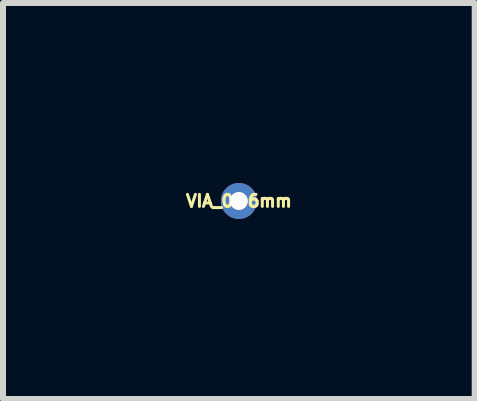
<source format=kicad_pcb>
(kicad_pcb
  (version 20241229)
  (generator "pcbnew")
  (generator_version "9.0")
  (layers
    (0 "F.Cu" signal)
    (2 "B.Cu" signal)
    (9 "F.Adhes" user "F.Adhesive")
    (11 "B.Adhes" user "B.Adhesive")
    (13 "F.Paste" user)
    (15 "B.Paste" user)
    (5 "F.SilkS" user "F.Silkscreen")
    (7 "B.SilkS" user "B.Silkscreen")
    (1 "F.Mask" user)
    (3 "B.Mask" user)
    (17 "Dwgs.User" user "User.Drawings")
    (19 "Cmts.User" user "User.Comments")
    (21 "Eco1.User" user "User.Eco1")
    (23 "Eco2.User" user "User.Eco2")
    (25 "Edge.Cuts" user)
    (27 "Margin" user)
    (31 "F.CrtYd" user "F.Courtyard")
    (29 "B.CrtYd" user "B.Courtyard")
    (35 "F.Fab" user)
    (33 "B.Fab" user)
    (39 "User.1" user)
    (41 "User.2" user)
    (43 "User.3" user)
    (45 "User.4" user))
  (footprint "VIA_0-6mm"
    (layer "F.Cu")
    (at 0.931 0.3)
    (property "Reference" "VIA_0-6mm" (at 0 0 0) (layer "F.SilkS") (effects (font (size 0.2 0.2) (thickness 0.05))))
    (attr through_hole)
    (pad "1" thru_hole circle (at 0 0) (size 0.6 0.6) (drill 0.3) (layers "*.Cu")))
  (gr_rect
    (start -3 -3)
    (end 4.862 3.6)
    (stroke (width 0.1) (type default))
    (fill no)
    (layer "Edge.Cuts")))
</source>
